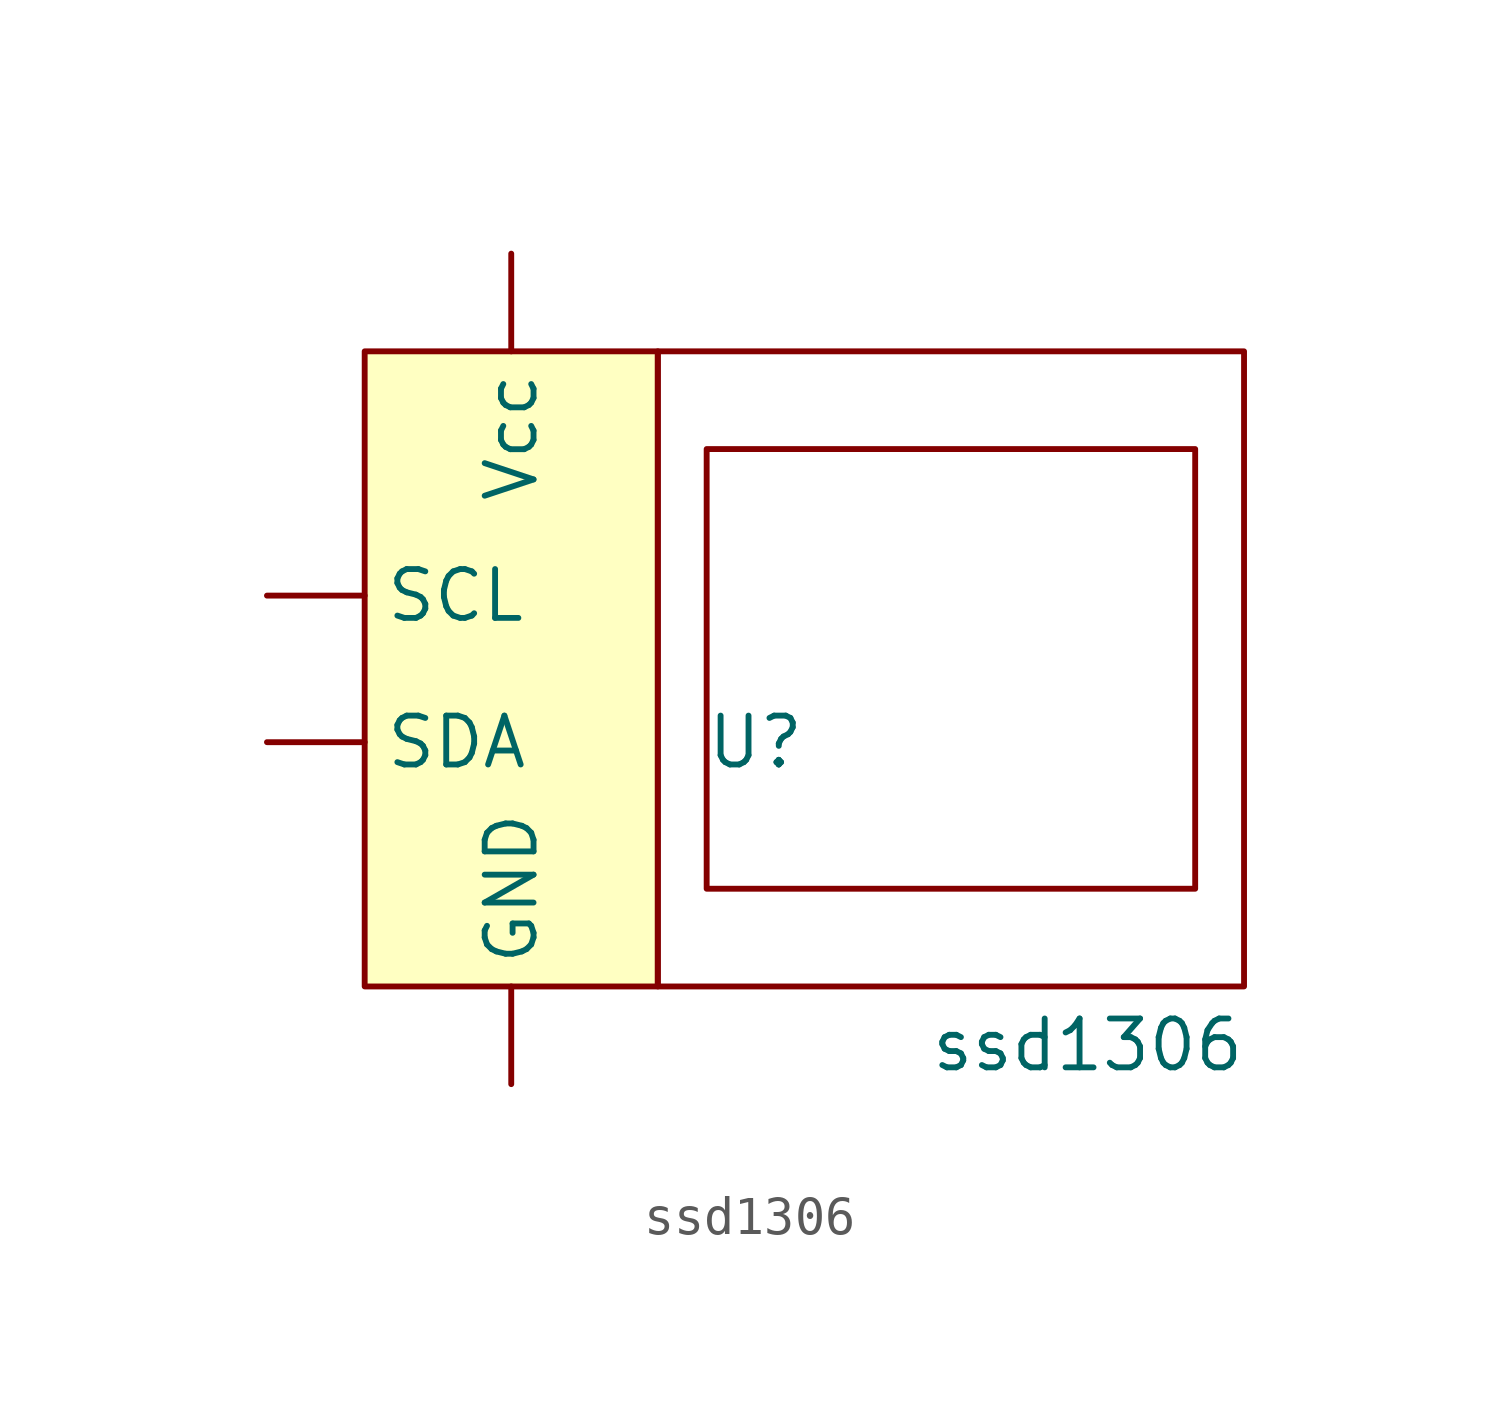
<source format=kicad_sym>
(kicad_symbol_lib
  (version 20231120)
  (generator "kicad_symbol_editor")
  (generator_version "8.0")
  (symbol "ssd1306"
    (property "Reference" "U"
      (at -1.27 0 0)
      (effects (font (size 1.27 1.27))))
    (property "Value" "ssd1306"
      (at 7.366 -7.874 0)
      (effects (font (size 1.27 1.27))))
    (symbol "ssd1306_0_0"
      (text "" (at -13.97 0 0) (effects (font (size 1.27 1.27))))
      (text "" (at -12.7 3.81 0) (effects (font (size 1.27 1.27))))
      (text "" (at -12.7 3.81 0) (effects (font (size 1.27 1.27)))))
    (symbol "ssd1306_1_1"
      (rectangle (start -11.43 10.16) (end -3.81 -6.35) (stroke (width 0) (type default)) (fill (type background)))
      (rectangle (start -3.81 10.16) (end 11.43 -6.35) (stroke (width 0) (type default)) (fill (type none)))
      (rectangle (start -2.54 7.62) (end 10.16 -3.81) (stroke (width 0) (type default)) (fill (type none)))
      (pin power_in line (at -7.62 -8.89 90) (length 2.54) (name "GND" (effects (font (size 1.27 1.27)))) (number "" (effects (font (size 1.27 1.27)))))
      (pin input line (at -13.97 3.81 0) (length 2.54) (name "SCL" (effects (font (size 1.27 1.27)))) (number "" (effects (font (size 1.27 1.27)))))
      (pin bidirectional line (at -13.97 0 0) (length 2.54) (name "SDA" (effects (font (size 1.27 1.27)))) (number "" (effects (font (size 1.27 1.27)))))
      (pin power_in line (at -7.62 12.7 270) (length 2.54) (name "Vcc" (effects (font (size 1.27 1.27)))) (number "" (effects (font (size 1.27 1.27))))))))
</source>
